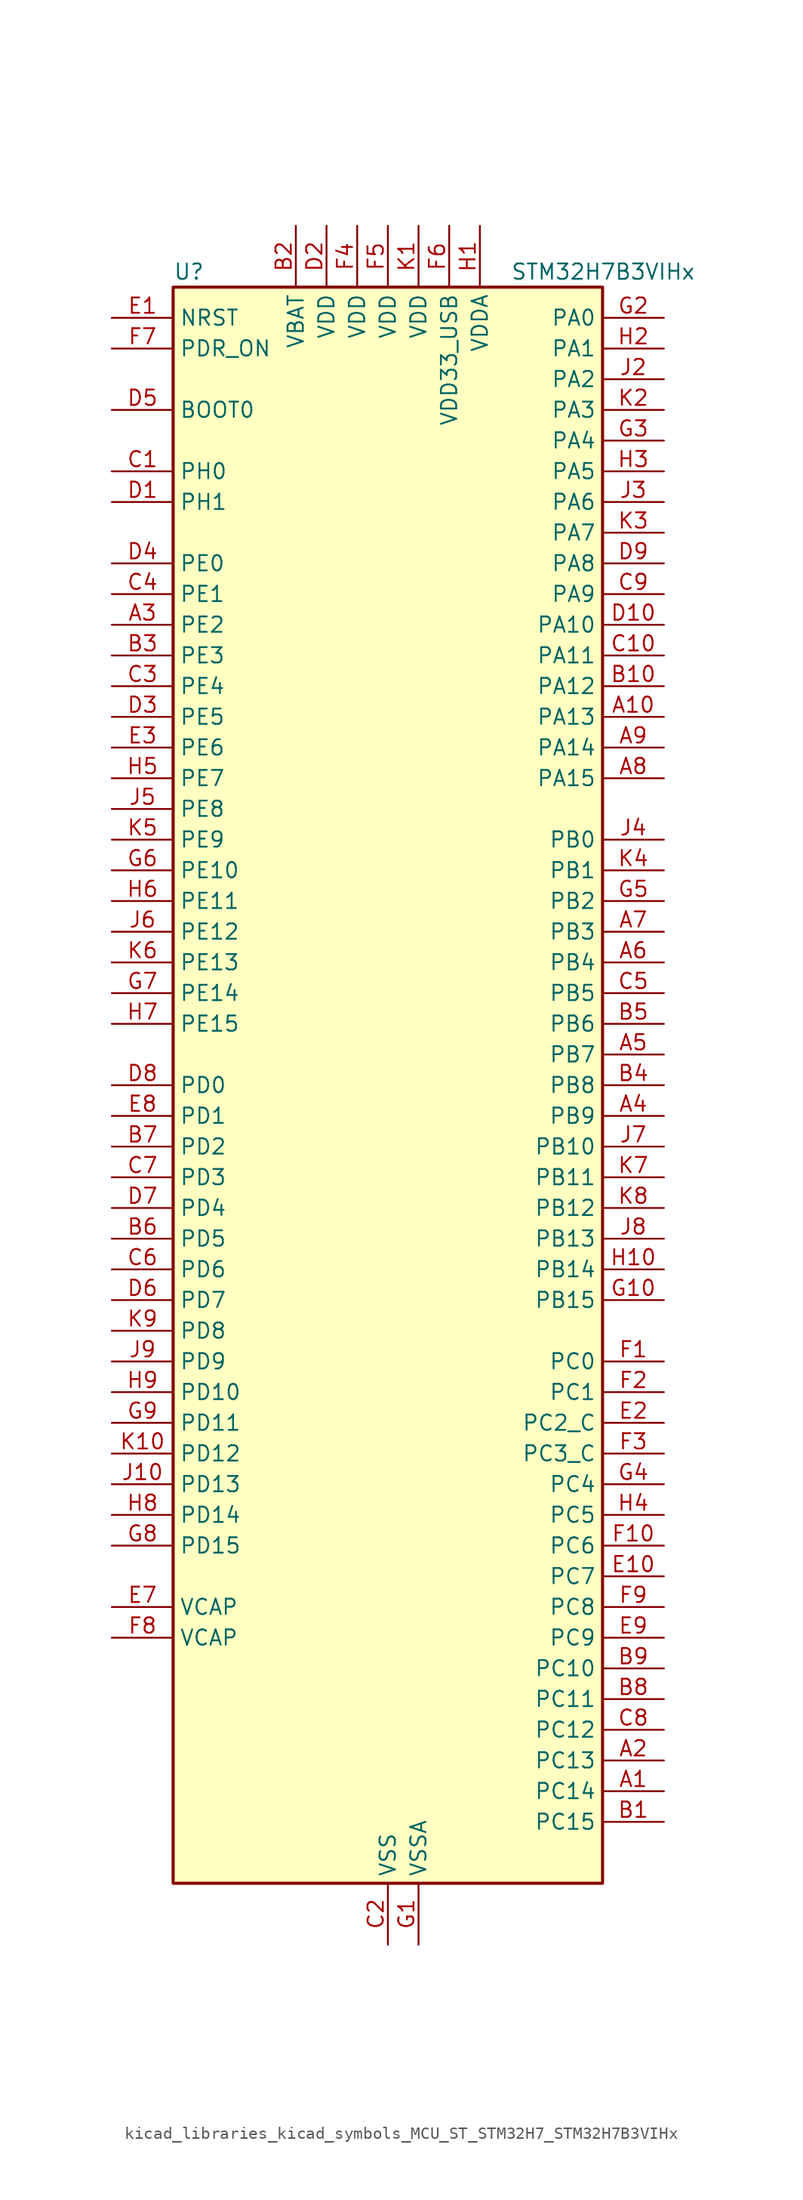
<source format=kicad_sym>
(kicad_symbol_lib
  (version 20220914)
  (generator kicad_symbol_editor)
  (symbol "kicad_libraries_kicad_symbols_MCU_ST_STM32H7_STM32H7B3VIHx"
    (property "Reference" "U"
      (at -17.78 67.31 0)
      (effects (font (size 1.27 1.27)) (justify left)))
    (property "Value" "STM32H7B3VIHx"
      (at 10.16 67.31 0)
      (effects (font (size 1.27 1.27)) (justify left)))
    (property "ki_locked" ""
      (at 0 0 0)
      (effects (font (size 1.27 1.27))))
    (symbol "kicad_libraries_kicad_symbols_MCU_ST_STM32H7_STM32H7B3VIHx_0_1"
      (rectangle (start -17.78 -66.04) (end 17.78 66.04) (stroke (width 0.254) (type default)) (fill (type background))))
    (symbol "kicad_libraries_kicad_symbols_MCU_ST_STM32H7_STM32H7B3VIHx_1_1"
      (pin bidirectional line (at 22.86 -58.42 180) (length 5.08) (name "PC14" (effects (font (size 1.27 1.27)))) (number "A1" (effects (font (size 1.27 1.27)))) (alternate "RCC_OSC32_IN" bidirectional line))
      (pin bidirectional line (at 22.86 30.48 180) (length 5.08) (name "PA13" (effects (font (size 1.27 1.27)))) (number "A10" (effects (font (size 1.27 1.27)))) (alternate "DEBUG_JTMS-SWDIO" bidirectional line))
      (pin bidirectional line (at 22.86 -55.88 180) (length 5.08) (name "PC13" (effects (font (size 1.27 1.27)))) (number "A2" (effects (font (size 1.27 1.27)))) (alternate "PWR_WKUP4" bidirectional line) (alternate "RTC_OUT_ALARM" bidirectional line) (alternate "RTC_OUT_CALIB" bidirectional line) (alternate "RTC_TAMP1" bidirectional line) (alternate "RTC_TS" bidirectional line))
      (pin bidirectional line (at -22.86 38.1 0) (length 5.08) (name "PE2" (effects (font (size 1.27 1.27)))) (number "A3" (effects (font (size 1.27 1.27)))) (alternate "DEBUG_TRACECLK" bidirectional line) (alternate "FMC_A23" bidirectional line) (alternate "OCTOSPIM_P1_IO2" bidirectional line) (alternate "SAI1_CK1" bidirectional line) (alternate "SAI1_MCLK_A" bidirectional line) (alternate "SPI4_SCK" bidirectional line) (alternate "USART10_RX" bidirectional line))
      (pin bidirectional line (at 22.86 -2.54 180) (length 5.08) (name "PB9" (effects (font (size 1.27 1.27)))) (number "A4" (effects (font (size 1.27 1.27)))) (alternate "DAC1_EXTI9" bidirectional line) (alternate "DCMI_D7" bidirectional line) (alternate "DFSDM1_DATIN7" bidirectional line) (alternate "FDCAN1_TX" bidirectional line) (alternate "I2C1_SDA" bidirectional line) (alternate "I2C4_SDA" bidirectional line) (alternate "I2C4_SMBA" bidirectional line) (alternate "I2S2_WS" bidirectional line) (alternate "LTDC_B7" bidirectional line) (alternate "PSSI_D7" bidirectional line) (alternate "SDMMC1_CDIR" bidirectional line) (alternate "SDMMC1_D5" bidirectional line) (alternate "SDMMC2_D5" bidirectional line) (alternate "SPI2_NSS" bidirectional line) (alternate "TIM17_CH1" bidirectional line) (alternate "TIM4_CH4" bidirectional line) (alternate "UART4_TX" bidirectional line))
      (pin bidirectional line (at 22.86 2.54 180) (length 5.08) (name "PB7" (effects (font (size 1.27 1.27)))) (number "A5" (effects (font (size 1.27 1.27)))) (alternate "DCMI_VSYNC" bidirectional line) (alternate "DFSDM1_CKIN5" bidirectional line) (alternate "FMC_NL" bidirectional line) (alternate "I2C1_SDA" bidirectional line) (alternate "I2C4_SDA" bidirectional line) (alternate "LPUART1_RX" bidirectional line) (alternate "PSSI_RDY" bidirectional line) (alternate "PWR_PVD_IN" bidirectional line) (alternate "TIM17_CH1N" bidirectional line) (alternate "TIM4_CH2" bidirectional line) (alternate "USART1_RX" bidirectional line))
      (pin bidirectional line (at 22.86 10.16 180) (length 5.08) (name "PB4" (effects (font (size 1.27 1.27)))) (number "A6" (effects (font (size 1.27 1.27)))) (alternate "DEBUG_JTRST" bidirectional line) (alternate "I2S1_SDI" bidirectional line) (alternate "I2S2_WS" bidirectional line) (alternate "I2S3_SDI" bidirectional line) (alternate "I2S6_SDI" bidirectional line) (alternate "SDMMC2_D3" bidirectional line) (alternate "SPI1_MISO" bidirectional line) (alternate "SPI2_NSS" bidirectional line) (alternate "SPI3_MISO" bidirectional line) (alternate "SPI6_MISO" bidirectional line) (alternate "TIM16_BKIN" bidirectional line) (alternate "TIM3_CH1" bidirectional line) (alternate "UART7_TX" bidirectional line))
      (pin bidirectional line (at 22.86 12.7 180) (length 5.08) (name "PB3" (effects (font (size 1.27 1.27)))) (number "A7" (effects (font (size 1.27 1.27)))) (alternate "CRS_SYNC" bidirectional line) (alternate "DEBUG_JTDO-SWO" bidirectional line) (alternate "I2S1_CK" bidirectional line) (alternate "I2S3_CK" bidirectional line) (alternate "I2S6_CK" bidirectional line) (alternate "SDMMC2_D2" bidirectional line) (alternate "SPI1_SCK" bidirectional line) (alternate "SPI3_SCK" bidirectional line) (alternate "SPI6_SCK" bidirectional line) (alternate "TIM2_CH2" bidirectional line) (alternate "UART7_RX" bidirectional line))
      (pin bidirectional line (at 22.86 25.4 180) (length 5.08) (name "PA15" (effects (font (size 1.27 1.27)))) (number "A8" (effects (font (size 1.27 1.27)))) (alternate "ADC1_EXTI15" bidirectional line) (alternate "ADC2_EXTI15" bidirectional line) (alternate "CEC" bidirectional line) (alternate "DEBUG_JTDI" bidirectional line) (alternate "I2S1_WS" bidirectional line) (alternate "I2S3_WS" bidirectional line) (alternate "I2S6_WS" bidirectional line) (alternate "LTDC_B6" bidirectional line) (alternate "LTDC_R3" bidirectional line) (alternate "SPI1_NSS" bidirectional line) (alternate "SPI3_NSS" bidirectional line) (alternate "SPI6_NSS" bidirectional line) (alternate "TIM2_CH1" bidirectional line) (alternate "TIM2_ETR" bidirectional line) (alternate "UART4_DE" bidirectional line) (alternate "UART4_RTS" bidirectional line) (alternate "UART7_TX" bidirectional line))
      (pin bidirectional line (at 22.86 27.94 180) (length 5.08) (name "PA14" (effects (font (size 1.27 1.27)))) (number "A9" (effects (font (size 1.27 1.27)))) (alternate "DEBUG_JTCK-SWCLK" bidirectional line))
      (pin bidirectional line (at 22.86 -60.96 180) (length 5.08) (name "PC15" (effects (font (size 1.27 1.27)))) (number "B1" (effects (font (size 1.27 1.27)))) (alternate "ADC1_EXTI15" bidirectional line) (alternate "ADC2_EXTI15" bidirectional line) (alternate "RCC_OSC32_OUT" bidirectional line))
      (pin bidirectional line (at 22.86 33.02 180) (length 5.08) (name "PA12" (effects (font (size 1.27 1.27)))) (number "B10" (effects (font (size 1.27 1.27)))) (alternate "FDCAN1_TX" bidirectional line) (alternate "I2S2_CK" bidirectional line) (alternate "LPUART1_DE" bidirectional line) (alternate "LPUART1_RTS" bidirectional line) (alternate "LTDC_R5" bidirectional line) (alternate "SAI2_FS_B" bidirectional line) (alternate "SPI2_SCK" bidirectional line) (alternate "TIM1_ETR" bidirectional line) (alternate "UART4_TX" bidirectional line) (alternate "USART1_DE" bidirectional line) (alternate "USART1_RTS" bidirectional line) (alternate "USB_OTG_HS_DP" bidirectional line))
      (pin power_in line (at -7.62 71.12 270) (length 5.08) (name "VBAT" (effects (font (size 1.27 1.27)))) (number "B2" (effects (font (size 1.27 1.27)))))
      (pin bidirectional line (at -22.86 35.56 0) (length 5.08) (name "PE3" (effects (font (size 1.27 1.27)))) (number "B3" (effects (font (size 1.27 1.27)))) (alternate "DEBUG_TRACED0" bidirectional line) (alternate "FMC_A19" bidirectional line) (alternate "SAI1_SD_B" bidirectional line) (alternate "TIM15_BKIN" bidirectional line) (alternate "USART10_TX" bidirectional line))
      (pin bidirectional line (at 22.86 0 180) (length 5.08) (name "PB8" (effects (font (size 1.27 1.27)))) (number "B4" (effects (font (size 1.27 1.27)))) (alternate "DCMI_D6" bidirectional line) (alternate "DFSDM1_CKIN7" bidirectional line) (alternate "FDCAN1_RX" bidirectional line) (alternate "I2C1_SCL" bidirectional line) (alternate "I2C4_SCL" bidirectional line) (alternate "LTDC_B6" bidirectional line) (alternate "PSSI_D6" bidirectional line) (alternate "SDMMC1_CKIN" bidirectional line) (alternate "SDMMC1_D4" bidirectional line) (alternate "SDMMC2_D4" bidirectional line) (alternate "TIM16_CH1" bidirectional line) (alternate "TIM4_CH3" bidirectional line) (alternate "UART4_RX" bidirectional line))
      (pin bidirectional line (at 22.86 5.08 180) (length 5.08) (name "PB6" (effects (font (size 1.27 1.27)))) (number "B5" (effects (font (size 1.27 1.27)))) (alternate "CEC" bidirectional line) (alternate "DCMI_D5" bidirectional line) (alternate "DFSDM1_DATIN5" bidirectional line) (alternate "FDCAN2_TX" bidirectional line) (alternate "FMC_SDNE1" bidirectional line) (alternate "I2C1_SCL" bidirectional line) (alternate "I2C4_SCL" bidirectional line) (alternate "LPUART1_TX" bidirectional line) (alternate "OCTOSPIM_P1_NCS" bidirectional line) (alternate "PSSI_D5" bidirectional line) (alternate "TIM16_CH1N" bidirectional line) (alternate "TIM4_CH1" bidirectional line) (alternate "UART5_TX" bidirectional line) (alternate "USART1_TX" bidirectional line))
      (pin bidirectional line (at -22.86 -12.7 0) (length 5.08) (name "PD5" (effects (font (size 1.27 1.27)))) (number "B6" (effects (font (size 1.27 1.27)))) (alternate "FMC_NWE" bidirectional line) (alternate "OCTOSPIM_P1_IO5" bidirectional line) (alternate "USART2_TX" bidirectional line))
      (pin bidirectional line (at -22.86 -5.08 0) (length 5.08) (name "PD2" (effects (font (size 1.27 1.27)))) (number "B7" (effects (font (size 1.27 1.27)))) (alternate "DCMI_D11" bidirectional line) (alternate "DEBUG_TRACED2" bidirectional line) (alternate "LTDC_B2" bidirectional line) (alternate "LTDC_B7" bidirectional line) (alternate "PSSI_D11" bidirectional line) (alternate "SDMMC1_CMD" bidirectional line) (alternate "TIM15_BKIN" bidirectional line) (alternate "TIM3_ETR" bidirectional line) (alternate "UART5_RX" bidirectional line))
      (pin bidirectional line (at 22.86 -50.8 180) (length 5.08) (name "PC11" (effects (font (size 1.27 1.27)))) (number "B8" (effects (font (size 1.27 1.27)))) (alternate "ADC1_EXTI11" bidirectional line) (alternate "ADC2_EXTI11" bidirectional line) (alternate "DCMI_D4" bidirectional line) (alternate "DFSDM1_DATIN5" bidirectional line) (alternate "DFSDM2_DATIN0" bidirectional line) (alternate "I2S3_SDI" bidirectional line) (alternate "LTDC_B4" bidirectional line) (alternate "OCTOSPIM_P1_NCS" bidirectional line) (alternate "PSSI_D4" bidirectional line) (alternate "SDMMC1_D3" bidirectional line) (alternate "SPI3_MISO" bidirectional line) (alternate "UART4_RX" bidirectional line) (alternate "USART3_RX" bidirectional line))
      (pin bidirectional line (at 22.86 -48.26 180) (length 5.08) (name "PC10" (effects (font (size 1.27 1.27)))) (number "B9" (effects (font (size 1.27 1.27)))) (alternate "DCMI_D8" bidirectional line) (alternate "DFSDM1_CKIN5" bidirectional line) (alternate "DFSDM2_CKIN0" bidirectional line) (alternate "I2S3_CK" bidirectional line) (alternate "LTDC_B1" bidirectional line) (alternate "LTDC_R2" bidirectional line) (alternate "OCTOSPIM_P1_IO1" bidirectional line) (alternate "PSSI_D8" bidirectional line) (alternate "SDMMC1_D2" bidirectional line) (alternate "SPI3_SCK" bidirectional line) (alternate "SWPMI1_RX" bidirectional line) (alternate "UART4_TX" bidirectional line) (alternate "USART3_TX" bidirectional line))
      (pin bidirectional line (at -22.86 50.8 0) (length 5.08) (name "PH0" (effects (font (size 1.27 1.27)))) (number "C1" (effects (font (size 1.27 1.27)))) (alternate "RCC_OSC_IN" bidirectional line))
      (pin bidirectional line (at 22.86 35.56 180) (length 5.08) (name "PA11" (effects (font (size 1.27 1.27)))) (number "C10" (effects (font (size 1.27 1.27)))) (alternate "ADC1_EXTI11" bidirectional line) (alternate "ADC2_EXTI11" bidirectional line) (alternate "FDCAN1_RX" bidirectional line) (alternate "I2S2_WS" bidirectional line) (alternate "LPUART1_CTS" bidirectional line) (alternate "LTDC_R4" bidirectional line) (alternate "SPI2_NSS" bidirectional line) (alternate "TIM1_CH4" bidirectional line) (alternate "UART4_RX" bidirectional line) (alternate "USART1_CTS" bidirectional line) (alternate "USART1_NSS" bidirectional line) (alternate "USB_OTG_HS_DM" bidirectional line))
      (pin power_in line (at 0 -71.12 90) (length 5.08) (name "VSS" (effects (font (size 1.27 1.27)))) (number "C2" (effects (font (size 1.27 1.27)))))
      (pin bidirectional line (at -22.86 33.02 0) (length 5.08) (name "PE4" (effects (font (size 1.27 1.27)))) (number "C3" (effects (font (size 1.27 1.27)))) (alternate "DCMI_D4" bidirectional line) (alternate "DEBUG_TRACED1" bidirectional line) (alternate "DFSDM1_DATIN3" bidirectional line) (alternate "FMC_A20" bidirectional line) (alternate "LTDC_B0" bidirectional line) (alternate "PSSI_D4" bidirectional line) (alternate "SAI1_D2" bidirectional line) (alternate "SAI1_FS_A" bidirectional line) (alternate "SPI4_NSS" bidirectional line) (alternate "TIM15_CH1N" bidirectional line))
      (pin bidirectional line (at -22.86 40.64 0) (length 5.08) (name "PE1" (effects (font (size 1.27 1.27)))) (number "C4" (effects (font (size 1.27 1.27)))) (alternate "DCMI_D3" bidirectional line) (alternate "FMC_NBL1" bidirectional line) (alternate "LPTIM1_IN2" bidirectional line) (alternate "LTDC_R6" bidirectional line) (alternate "PSSI_D3" bidirectional line) (alternate "UART8_TX" bidirectional line))
      (pin bidirectional line (at 22.86 7.62 180) (length 5.08) (name "PB5" (effects (font (size 1.27 1.27)))) (number "C5" (effects (font (size 1.27 1.27)))) (alternate "DCMI_D10" bidirectional line) (alternate "FDCAN2_RX" bidirectional line) (alternate "FMC_SDCKE1" bidirectional line) (alternate "I2C1_SMBA" bidirectional line) (alternate "I2C4_SMBA" bidirectional line) (alternate "I2S1_SDO" bidirectional line) (alternate "I2S3_SDO" bidirectional line) (alternate "I2S6_SDO" bidirectional line) (alternate "LTDC_B5" bidirectional line) (alternate "PSSI_D10" bidirectional line) (alternate "SPI1_MOSI" bidirectional line) (alternate "SPI3_MOSI" bidirectional line) (alternate "SPI6_MOSI" bidirectional line) (alternate "TIM17_BKIN" bidirectional line) (alternate "TIM3_CH2" bidirectional line) (alternate "UART5_RX" bidirectional line) (alternate "USB_OTG_HS_ULPI_D7" bidirectional line))
      (pin bidirectional line (at -22.86 -15.24 0) (length 5.08) (name "PD6" (effects (font (size 1.27 1.27)))) (number "C6" (effects (font (size 1.27 1.27)))) (alternate "DCMI_D10" bidirectional line) (alternate "DFSDM1_CKIN4" bidirectional line) (alternate "DFSDM1_DATIN1" bidirectional line) (alternate "FMC_NWAIT" bidirectional line) (alternate "I2S3_SDO" bidirectional line) (alternate "LTDC_B2" bidirectional line) (alternate "OCTOSPIM_P1_IO6" bidirectional line) (alternate "PSSI_D10" bidirectional line) (alternate "SAI1_D1" bidirectional line) (alternate "SAI1_SD_A" bidirectional line) (alternate "SDMMC2_CK" bidirectional line) (alternate "SPI3_MOSI" bidirectional line) (alternate "USART2_RX" bidirectional line))
      (pin bidirectional line (at -22.86 -7.62 0) (length 5.08) (name "PD3" (effects (font (size 1.27 1.27)))) (number "C7" (effects (font (size 1.27 1.27)))) (alternate "DCMI_D5" bidirectional line) (alternate "DFSDM1_CKOUT" bidirectional line) (alternate "FMC_CLK" bidirectional line) (alternate "I2S2_CK" bidirectional line) (alternate "LTDC_G7" bidirectional line) (alternate "PSSI_D5" bidirectional line) (alternate "SPI2_SCK" bidirectional line) (alternate "USART2_CTS" bidirectional line) (alternate "USART2_NSS" bidirectional line))
      (pin bidirectional line (at 22.86 -53.34 180) (length 5.08) (name "PC12" (effects (font (size 1.27 1.27)))) (number "C8" (effects (font (size 1.27 1.27)))) (alternate "DCMI_D9" bidirectional line) (alternate "DEBUG_TRACED3" bidirectional line) (alternate "DFSDM2_CKOUT" bidirectional line) (alternate "I2S3_SDO" bidirectional line) (alternate "I2S6_CK" bidirectional line) (alternate "LTDC_R6" bidirectional line) (alternate "PSSI_D9" bidirectional line) (alternate "SDMMC1_CK" bidirectional line) (alternate "SPI3_MOSI" bidirectional line) (alternate "SPI6_SCK" bidirectional line) (alternate "TIM15_CH1" bidirectional line) (alternate "UART5_TX" bidirectional line) (alternate "USART3_CK" bidirectional line))
      (pin bidirectional line (at 22.86 40.64 180) (length 5.08) (name "PA9" (effects (font (size 1.27 1.27)))) (number "C9" (effects (font (size 1.27 1.27)))) (alternate "DAC1_EXTI9" bidirectional line) (alternate "DCMI_D0" bidirectional line) (alternate "I2C3_SMBA" bidirectional line) (alternate "I2S2_CK" bidirectional line) (alternate "LPUART1_TX" bidirectional line) (alternate "LTDC_R5" bidirectional line) (alternate "PSSI_D0" bidirectional line) (alternate "SPI2_SCK" bidirectional line) (alternate "TIM1_CH2" bidirectional line) (alternate "USART1_TX" bidirectional line) (alternate "USB_OTG_HS_VBUS" bidirectional line))
      (pin bidirectional line (at -22.86 48.26 0) (length 5.08) (name "PH1" (effects (font (size 1.27 1.27)))) (number "D1" (effects (font (size 1.27 1.27)))) (alternate "RCC_OSC_OUT" bidirectional line))
      (pin bidirectional line (at 22.86 38.1 180) (length 5.08) (name "PA10" (effects (font (size 1.27 1.27)))) (number "D10" (effects (font (size 1.27 1.27)))) (alternate "DCMI_D1" bidirectional line) (alternate "LPUART1_RX" bidirectional line) (alternate "LTDC_B1" bidirectional line) (alternate "LTDC_B4" bidirectional line) (alternate "MDIOS_MDIO" bidirectional line) (alternate "PSSI_D1" bidirectional line) (alternate "TIM1_CH3" bidirectional line) (alternate "USART1_RX" bidirectional line) (alternate "USB_OTG_HS_ID" bidirectional line))
      (pin power_in line (at -5.08 71.12 270) (length 5.08) (name "VDD" (effects (font (size 1.27 1.27)))) (number "D2" (effects (font (size 1.27 1.27)))))
      (pin bidirectional line (at -22.86 30.48 0) (length 5.08) (name "PE5" (effects (font (size 1.27 1.27)))) (number "D3" (effects (font (size 1.27 1.27)))) (alternate "DCMI_D6" bidirectional line) (alternate "DEBUG_TRACED2" bidirectional line) (alternate "DFSDM1_CKIN3" bidirectional line) (alternate "FMC_A21" bidirectional line) (alternate "LTDC_G0" bidirectional line) (alternate "PSSI_D6" bidirectional line) (alternate "SAI1_CK2" bidirectional line) (alternate "SAI1_SCK_A" bidirectional line) (alternate "SPI4_MISO" bidirectional line) (alternate "TIM15_CH1" bidirectional line))
      (pin bidirectional line (at -22.86 43.18 0) (length 5.08) (name "PE0" (effects (font (size 1.27 1.27)))) (number "D4" (effects (font (size 1.27 1.27)))) (alternate "DCMI_D2" bidirectional line) (alternate "FMC_NBL0" bidirectional line) (alternate "LPTIM1_ETR" bidirectional line) (alternate "LPTIM2_ETR" bidirectional line) (alternate "LTDC_R0" bidirectional line) (alternate "PSSI_D2" bidirectional line) (alternate "SAI2_MCLK_A" bidirectional line) (alternate "TIM4_ETR" bidirectional line) (alternate "UART8_RX" bidirectional line))
      (pin input line (at -22.86 55.88 0) (length 5.08) (name "BOOT0" (effects (font (size 1.27 1.27)))) (number "D5" (effects (font (size 1.27 1.27)))))
      (pin bidirectional line (at -22.86 -17.78 0) (length 5.08) (name "PD7" (effects (font (size 1.27 1.27)))) (number "D6" (effects (font (size 1.27 1.27)))) (alternate "DFSDM1_CKIN1" bidirectional line) (alternate "DFSDM1_DATIN4" bidirectional line) (alternate "FMC_NE1" bidirectional line) (alternate "I2S1_SDO" bidirectional line) (alternate "OCTOSPIM_P1_IO7" bidirectional line) (alternate "SDMMC2_CMD" bidirectional line) (alternate "SPDIFRX_IN0" bidirectional line) (alternate "SPI1_MOSI" bidirectional line) (alternate "USART2_CK" bidirectional line))
      (pin bidirectional line (at -22.86 -10.16 0) (length 5.08) (name "PD4" (effects (font (size 1.27 1.27)))) (number "D7" (effects (font (size 1.27 1.27)))) (alternate "FMC_NOE" bidirectional line) (alternate "OCTOSPIM_P1_IO4" bidirectional line) (alternate "USART2_DE" bidirectional line) (alternate "USART2_RTS" bidirectional line))
      (pin bidirectional line (at -22.86 0 0) (length 5.08) (name "PD0" (effects (font (size 1.27 1.27)))) (number "D8" (effects (font (size 1.27 1.27)))) (alternate "DFSDM1_CKIN6" bidirectional line) (alternate "FDCAN1_RX" bidirectional line) (alternate "FMC_D2" bidirectional line) (alternate "FMC_DA2" bidirectional line) (alternate "LTDC_B1" bidirectional line) (alternate "UART4_RX" bidirectional line) (alternate "UART9_CTS" bidirectional line))
      (pin bidirectional line (at 22.86 43.18 180) (length 5.08) (name "PA8" (effects (font (size 1.27 1.27)))) (number "D9" (effects (font (size 1.27 1.27)))) (alternate "I2C3_SCL" bidirectional line) (alternate "LTDC_B3" bidirectional line) (alternate "LTDC_R6" bidirectional line) (alternate "RCC_MCO_1" bidirectional line) (alternate "TIM1_CH1" bidirectional line) (alternate "TIM8_BKIN2" bidirectional line) (alternate "TIM8_BKIN2_COMP1" bidirectional line) (alternate "TIM8_BKIN2_COMP2" bidirectional line) (alternate "UART7_RX" bidirectional line) (alternate "USART1_CK" bidirectional line) (alternate "USB_OTG_HS_SOF" bidirectional line))
      (pin input line (at -22.86 63.5 0) (length 5.08) (name "NRST" (effects (font (size 1.27 1.27)))) (number "E1" (effects (font (size 1.27 1.27)))))
      (pin bidirectional line (at 22.86 -40.64 180) (length 5.08) (name "PC7" (effects (font (size 1.27 1.27)))) (number "E10" (effects (font (size 1.27 1.27)))) (alternate "DCMI_D1" bidirectional line) (alternate "DEBUG_TRGIO" bidirectional line) (alternate "DFSDM1_DATIN3" bidirectional line) (alternate "FMC_NE1" bidirectional line) (alternate "I2S3_MCK" bidirectional line) (alternate "LTDC_G6" bidirectional line) (alternate "PSSI_D1" bidirectional line) (alternate "SDMMC1_D123DIR" bidirectional line) (alternate "SDMMC1_D7" bidirectional line) (alternate "SDMMC2_D7" bidirectional line) (alternate "SWPMI1_TX" bidirectional line) (alternate "TIM3_CH2" bidirectional line) (alternate "TIM8_CH2" bidirectional line) (alternate "USART6_RX" bidirectional line))
      (pin bidirectional line (at 22.86 -27.94 180) (length 5.08) (name "PC2_C" (effects (font (size 1.27 1.27)))) (number "E2" (effects (font (size 1.27 1.27)))) (alternate "ADC2_INN1" bidirectional line) (alternate "ADC2_INP0" bidirectional line) (alternate "DFSDM1_CKIN1" bidirectional line) (alternate "DFSDM1_CKOUT" bidirectional line) (alternate "FMC_SDNE0" bidirectional line) (alternate "I2S2_SDI" bidirectional line) (alternate "OCTOSPIM_P1_IO2" bidirectional line) (alternate "OCTOSPIM_P1_IO5" bidirectional line) (alternate "PWR_CSTOP" bidirectional line) (alternate "SPI2_MISO" bidirectional line) (alternate "USB_OTG_HS_ULPI_DIR" bidirectional line))
      (pin bidirectional line (at -22.86 27.94 0) (length 5.08) (name "PE6" (effects (font (size 1.27 1.27)))) (number "E3" (effects (font (size 1.27 1.27)))) (alternate "DCMI_D7" bidirectional line) (alternate "DEBUG_TRACED3" bidirectional line) (alternate "FMC_A22" bidirectional line) (alternate "LTDC_G1" bidirectional line) (alternate "PSSI_D7" bidirectional line) (alternate "SAI1_D1" bidirectional line) (alternate "SAI1_SD_A" bidirectional line) (alternate "SAI2_MCLK_B" bidirectional line) (alternate "SPI4_MOSI" bidirectional line) (alternate "TIM15_CH2" bidirectional line) (alternate "TIM1_BKIN2" bidirectional line) (alternate "TIM1_BKIN2_COMP1" bidirectional line) (alternate "TIM1_BKIN2_COMP2" bidirectional line))
      (pin passive line (at 0 -71.12 90) (length 5.08) hide (name "VSS" (effects (font (size 1.27 1.27)))) (number "E4" (effects (font (size 1.27 1.27)))))
      (pin passive line (at 0 -71.12 90) (length 5.08) hide (name "VSS" (effects (font (size 1.27 1.27)))) (number "E5" (effects (font (size 1.27 1.27)))))
      (pin passive line (at 0 -71.12 90) (length 5.08) hide (name "VSS" (effects (font (size 1.27 1.27)))) (number "E6" (effects (font (size 1.27 1.27)))))
      (pin power_out line (at -22.86 -43.18 0) (length 5.08) (name "VCAP" (effects (font (size 1.27 1.27)))) (number "E7" (effects (font (size 1.27 1.27)))))
      (pin bidirectional line (at -22.86 -2.54 0) (length 5.08) (name "PD1" (effects (font (size 1.27 1.27)))) (number "E8" (effects (font (size 1.27 1.27)))) (alternate "DFSDM1_DATIN6" bidirectional line) (alternate "FDCAN1_TX" bidirectional line) (alternate "FMC_D3" bidirectional line) (alternate "FMC_DA3" bidirectional line) (alternate "UART4_TX" bidirectional line))
      (pin bidirectional line (at 22.86 -45.72 180) (length 5.08) (name "PC9" (effects (font (size 1.27 1.27)))) (number "E9" (effects (font (size 1.27 1.27)))) (alternate "DAC1_EXTI9" bidirectional line) (alternate "DCMI_D3" bidirectional line) (alternate "I2C3_SDA" bidirectional line) (alternate "I2S_CKIN" bidirectional line) (alternate "LTDC_B2" bidirectional line) (alternate "LTDC_G3" bidirectional line) (alternate "OCTOSPIM_P1_IO0" bidirectional line) (alternate "PSSI_D3" bidirectional line) (alternate "RCC_MCO_2" bidirectional line) (alternate "SDMMC1_D1" bidirectional line) (alternate "SWPMI1_SUSPEND" bidirectional line) (alternate "TIM3_CH4" bidirectional line) (alternate "TIM8_CH4" bidirectional line) (alternate "UART5_CTS" bidirectional line))
      (pin bidirectional line (at 22.86 -22.86 180) (length 5.08) (name "PC0" (effects (font (size 1.27 1.27)))) (number "F1" (effects (font (size 1.27 1.27)))) (alternate "ADC1_INP10" bidirectional line) (alternate "ADC2_INP10" bidirectional line) (alternate "DFSDM1_CKIN0" bidirectional line) (alternate "DFSDM1_DATIN4" bidirectional line) (alternate "FMC_A25" bidirectional line) (alternate "FMC_SDNWE" bidirectional line) (alternate "LTDC_G2" bidirectional line) (alternate "LTDC_R5" bidirectional line) (alternate "SAI2_FS_B" bidirectional line) (alternate "USB_OTG_HS_ULPI_STP" bidirectional line))
      (pin bidirectional line (at 22.86 -38.1 180) (length 5.08) (name "PC6" (effects (font (size 1.27 1.27)))) (number "F10" (effects (font (size 1.27 1.27)))) (alternate "DCMI_D0" bidirectional line) (alternate "DFSDM1_CKIN3" bidirectional line) (alternate "FMC_NWAIT" bidirectional line) (alternate "I2S2_MCK" bidirectional line) (alternate "LTDC_HSYNC" bidirectional line) (alternate "PSSI_D0" bidirectional line) (alternate "SDMMC1_D0DIR" bidirectional line) (alternate "SDMMC1_D6" bidirectional line) (alternate "SDMMC2_D6" bidirectional line) (alternate "SWPMI1_IO" bidirectional line) (alternate "TIM3_CH1" bidirectional line) (alternate "TIM8_CH1" bidirectional line) (alternate "USART6_TX" bidirectional line))
      (pin bidirectional line (at 22.86 -25.4 180) (length 5.08) (name "PC1" (effects (font (size 1.27 1.27)))) (number "F2" (effects (font (size 1.27 1.27)))) (alternate "ADC1_INN10" bidirectional line) (alternate "ADC1_INP11" bidirectional line) (alternate "ADC2_INN10" bidirectional line) (alternate "ADC2_INP11" bidirectional line) (alternate "DEBUG_TRACED0" bidirectional line) (alternate "DFSDM1_CKIN4" bidirectional line) (alternate "DFSDM1_DATIN0" bidirectional line) (alternate "I2S2_SDO" bidirectional line) (alternate "LTDC_G5" bidirectional line) (alternate "MDIOS_MDC" bidirectional line) (alternate "OCTOSPIM_P1_IO4" bidirectional line) (alternate "PWR_WKUP6" bidirectional line) (alternate "RTC_TAMP3" bidirectional line) (alternate "SAI1_D1" bidirectional line) (alternate "SAI1_SD_A" bidirectional line) (alternate "SDMMC2_CK" bidirectional line) (alternate "SPI2_MOSI" bidirectional line))
      (pin bidirectional line (at 22.86 -30.48 180) (length 5.08) (name "PC3_C" (effects (font (size 1.27 1.27)))) (number "F3" (effects (font (size 1.27 1.27)))) (alternate "ADC2_INP1" bidirectional line) (alternate "DFSDM1_DATIN1" bidirectional line) (alternate "FMC_SDCKE0" bidirectional line) (alternate "I2S2_SDO" bidirectional line) (alternate "OCTOSPIM_P1_IO0" bidirectional line) (alternate "OCTOSPIM_P1_IO6" bidirectional line) (alternate "PWR_CSLEEP" bidirectional line) (alternate "SPI2_MOSI" bidirectional line) (alternate "USB_OTG_HS_ULPI_NXT" bidirectional line))
      (pin power_in line (at -2.54 71.12 270) (length 5.08) (name "VDD" (effects (font (size 1.27 1.27)))) (number "F4" (effects (font (size 1.27 1.27)))))
      (pin power_in line (at 0 71.12 270) (length 5.08) (name "VDD" (effects (font (size 1.27 1.27)))) (number "F5" (effects (font (size 1.27 1.27)))))
      (pin power_in line (at 5.08 71.12 270) (length 5.08) (name "VDD33_USB" (effects (font (size 1.27 1.27)))) (number "F6" (effects (font (size 1.27 1.27)))))
      (pin input line (at -22.86 60.96 0) (length 5.08) (name "PDR_ON" (effects (font (size 1.27 1.27)))) (number "F7" (effects (font (size 1.27 1.27)))))
      (pin power_out line (at -22.86 -45.72 0) (length 5.08) (name "VCAP" (effects (font (size 1.27 1.27)))) (number "F8" (effects (font (size 1.27 1.27)))))
      (pin bidirectional line (at 22.86 -43.18 180) (length 5.08) (name "PC8" (effects (font (size 1.27 1.27)))) (number "F9" (effects (font (size 1.27 1.27)))) (alternate "DCMI_D2" bidirectional line) (alternate "DEBUG_TRACED1" bidirectional line) (alternate "FMC_INT" bidirectional line) (alternate "FMC_NCE" bidirectional line) (alternate "FMC_NE2" bidirectional line) (alternate "PSSI_D2" bidirectional line) (alternate "SDMMC1_D0" bidirectional line) (alternate "SWPMI1_RX" bidirectional line) (alternate "TIM3_CH3" bidirectional line) (alternate "TIM8_CH3" bidirectional line) (alternate "UART5_DE" bidirectional line) (alternate "UART5_RTS" bidirectional line) (alternate "USART6_CK" bidirectional line))
      (pin power_in line (at 2.54 -71.12 90) (length 5.08) (name "VSSA" (effects (font (size 1.27 1.27)))) (number "G1" (effects (font (size 1.27 1.27)))))
      (pin bidirectional line (at 22.86 -17.78 180) (length 5.08) (name "PB15" (effects (font (size 1.27 1.27)))) (number "G10" (effects (font (size 1.27 1.27)))) (alternate "ADC1_EXTI15" bidirectional line) (alternate "ADC2_EXTI15" bidirectional line) (alternate "DFSDM1_CKIN2" bidirectional line) (alternate "I2S2_SDO" bidirectional line) (alternate "LTDC_G7" bidirectional line) (alternate "RTC_REFIN" bidirectional line) (alternate "SDMMC2_D1" bidirectional line) (alternate "SPI2_MOSI" bidirectional line) (alternate "TIM12_CH2" bidirectional line) (alternate "TIM1_CH3N" bidirectional line) (alternate "TIM8_CH3N" bidirectional line) (alternate "UART4_CTS" bidirectional line) (alternate "USART1_RX" bidirectional line))
      (pin bidirectional line (at 22.86 63.5 180) (length 5.08) (name "PA0" (effects (font (size 1.27 1.27)))) (number "G2" (effects (font (size 1.27 1.27)))) (alternate "ADC1_INP16" bidirectional line) (alternate "I2S6_WS" bidirectional line) (alternate "PWR_WKUP1" bidirectional line) (alternate "SAI2_SD_B" bidirectional line) (alternate "SDMMC2_CMD" bidirectional line) (alternate "SPI6_NSS" bidirectional line) (alternate "TIM15_BKIN" bidirectional line) (alternate "TIM2_CH1" bidirectional line) (alternate "TIM2_ETR" bidirectional line) (alternate "TIM5_CH1" bidirectional line) (alternate "TIM8_ETR" bidirectional line) (alternate "UART4_TX" bidirectional line) (alternate "USART2_CTS" bidirectional line) (alternate "USART2_NSS" bidirectional line))
      (pin bidirectional line (at 22.86 53.34 180) (length 5.08) (name "PA4" (effects (font (size 1.27 1.27)))) (number "G3" (effects (font (size 1.27 1.27)))) (alternate "ADC1_INP18" bidirectional line) (alternate "DAC1_OUT1" bidirectional line) (alternate "DCMI_HSYNC" bidirectional line) (alternate "I2S1_WS" bidirectional line) (alternate "I2S3_WS" bidirectional line) (alternate "I2S6_WS" bidirectional line) (alternate "LTDC_VSYNC" bidirectional line) (alternate "PSSI_DE" bidirectional line) (alternate "SPI1_NSS" bidirectional line) (alternate "SPI3_NSS" bidirectional line) (alternate "SPI6_NSS" bidirectional line) (alternate "TIM5_ETR" bidirectional line) (alternate "USART2_CK" bidirectional line))
      (pin bidirectional line (at 22.86 -33.02 180) (length 5.08) (name "PC4" (effects (font (size 1.27 1.27)))) (number "G4" (effects (font (size 1.27 1.27)))) (alternate "ADC1_INP4" bidirectional line) (alternate "ADC2_INP4" bidirectional line) (alternate "COMP1_INM" bidirectional line) (alternate "DFSDM1_CKIN2" bidirectional line) (alternate "FMC_SDNE0" bidirectional line) (alternate "I2S1_MCK" bidirectional line) (alternate "LTDC_R7" bidirectional line) (alternate "OPAMP1_VOUT" bidirectional line) (alternate "SPDIFRX_IN2" bidirectional line))
      (pin bidirectional line (at 22.86 15.24 180) (length 5.08) (name "PB2" (effects (font (size 1.27 1.27)))) (number "G5" (effects (font (size 1.27 1.27)))) (alternate "COMP1_INP" bidirectional line) (alternate "DFSDM1_CKIN1" bidirectional line) (alternate "I2S3_SDO" bidirectional line) (alternate "OCTOSPIM_P1_CLK" bidirectional line) (alternate "OCTOSPIM_P1_DQS" bidirectional line) (alternate "RTC_OUT_ALARM" bidirectional line) (alternate "RTC_OUT_CALIB" bidirectional line) (alternate "SAI1_D1" bidirectional line) (alternate "SAI1_SD_A" bidirectional line) (alternate "SPI3_MOSI" bidirectional line))
      (pin bidirectional line (at -22.86 17.78 0) (length 5.08) (name "PE10" (effects (font (size 1.27 1.27)))) (number "G6" (effects (font (size 1.27 1.27)))) (alternate "COMP2_INM" bidirectional line) (alternate "DFSDM1_DATIN4" bidirectional line) (alternate "FMC_D7" bidirectional line) (alternate "FMC_DA7" bidirectional line) (alternate "OCTOSPIM_P1_IO7" bidirectional line) (alternate "TIM1_CH2N" bidirectional line) (alternate "UART7_CTS" bidirectional line))
      (pin bidirectional line (at -22.86 7.62 0) (length 5.08) (name "PE14" (effects (font (size 1.27 1.27)))) (number "G7" (effects (font (size 1.27 1.27)))) (alternate "FMC_D11" bidirectional line) (alternate "FMC_DA11" bidirectional line) (alternate "LTDC_CLK" bidirectional line) (alternate "SAI2_MCLK_B" bidirectional line) (alternate "SPI4_MOSI" bidirectional line) (alternate "TIM1_CH4" bidirectional line))
      (pin bidirectional line (at -22.86 -38.1 0) (length 5.08) (name "PD15" (effects (font (size 1.27 1.27)))) (number "G8" (effects (font (size 1.27 1.27)))) (alternate "ADC1_EXTI15" bidirectional line) (alternate "ADC2_EXTI15" bidirectional line) (alternate "FMC_D1" bidirectional line) (alternate "FMC_DA1" bidirectional line) (alternate "TIM4_CH4" bidirectional line) (alternate "UART8_DE" bidirectional line) (alternate "UART8_RTS" bidirectional line) (alternate "UART9_TX" bidirectional line))
      (pin bidirectional line (at -22.86 -27.94 0) (length 5.08) (name "PD11" (effects (font (size 1.27 1.27)))) (number "G9" (effects (font (size 1.27 1.27)))) (alternate "ADC1_EXTI11" bidirectional line) (alternate "ADC2_EXTI11" bidirectional line) (alternate "FMC_A16" bidirectional line) (alternate "FMC_CLE" bidirectional line) (alternate "I2C4_SMBA" bidirectional line) (alternate "LPTIM2_IN2" bidirectional line) (alternate "OCTOSPIM_P1_IO0" bidirectional line) (alternate "SAI2_SD_A" bidirectional line) (alternate "USART3_CTS" bidirectional line) (alternate "USART3_NSS" bidirectional line))
      (pin power_in line (at 7.62 71.12 270) (length 5.08) (name "VDDA" (effects (font (size 1.27 1.27)))) (number "H1" (effects (font (size 1.27 1.27)))))
      (pin bidirectional line (at 22.86 -15.24 180) (length 5.08) (name "PB14" (effects (font (size 1.27 1.27)))) (number "H10" (effects (font (size 1.27 1.27)))) (alternate "DFSDM1_DATIN2" bidirectional line) (alternate "I2S2_SDI" bidirectional line) (alternate "LTDC_CLK" bidirectional line) (alternate "SDMMC2_D0" bidirectional line) (alternate "SPI2_MISO" bidirectional line) (alternate "TIM12_CH1" bidirectional line) (alternate "TIM1_CH2N" bidirectional line) (alternate "TIM8_CH2N" bidirectional line) (alternate "UART4_DE" bidirectional line) (alternate "UART4_RTS" bidirectional line) (alternate "USART1_TX" bidirectional line) (alternate "USART3_DE" bidirectional line) (alternate "USART3_RTS" bidirectional line))
      (pin bidirectional line (at 22.86 60.96 180) (length 5.08) (name "PA1" (effects (font (size 1.27 1.27)))) (number "H2" (effects (font (size 1.27 1.27)))) (alternate "ADC1_INN16" bidirectional line) (alternate "ADC1_INP17" bidirectional line) (alternate "LPTIM3_OUT" bidirectional line) (alternate "LTDC_R2" bidirectional line) (alternate "OCTOSPIM_P1_DQS" bidirectional line) (alternate "OCTOSPIM_P1_IO3" bidirectional line) (alternate "SAI2_MCLK_B" bidirectional line) (alternate "TIM15_CH1N" bidirectional line) (alternate "TIM2_CH2" bidirectional line) (alternate "TIM5_CH2" bidirectional line) (alternate "UART4_RX" bidirectional line) (alternate "USART2_DE" bidirectional line) (alternate "USART2_RTS" bidirectional line))
      (pin bidirectional line (at 22.86 50.8 180) (length 5.08) (name "PA5" (effects (font (size 1.27 1.27)))) (number "H3" (effects (font (size 1.27 1.27)))) (alternate "ADC1_INN18" bidirectional line) (alternate "ADC1_INP19" bidirectional line) (alternate "DAC1_OUT2" bidirectional line) (alternate "I2S1_CK" bidirectional line) (alternate "I2S6_CK" bidirectional line) (alternate "LTDC_R4" bidirectional line) (alternate "PSSI_D14" bidirectional line) (alternate "PWR_NDSTOP2" bidirectional line) (alternate "SPI1_SCK" bidirectional line) (alternate "SPI6_SCK" bidirectional line) (alternate "TIM2_CH1" bidirectional line) (alternate "TIM2_ETR" bidirectional line) (alternate "TIM8_CH1N" bidirectional line) (alternate "USB_OTG_HS_ULPI_CK" bidirectional line))
      (pin bidirectional line (at 22.86 -35.56 180) (length 5.08) (name "PC5" (effects (font (size 1.27 1.27)))) (number "H4" (effects (font (size 1.27 1.27)))) (alternate "ADC1_INN4" bidirectional line) (alternate "ADC1_INP8" bidirectional line) (alternate "ADC2_INN4" bidirectional line) (alternate "ADC2_INP8" bidirectional line) (alternate "COMP1_OUT" bidirectional line) (alternate "DFSDM1_DATIN2" bidirectional line) (alternate "FMC_SDCKE0" bidirectional line) (alternate "LTDC_DE" bidirectional line) (alternate "OCTOSPIM_P1_DQS" bidirectional line) (alternate "OPAMP1_VINM" bidirectional line) (alternate "PSSI_D15" bidirectional line) (alternate "SAI1_D3" bidirectional line) (alternate "SPDIFRX_IN3" bidirectional line))
      (pin bidirectional line (at -22.86 25.4 0) (length 5.08) (name "PE7" (effects (font (size 1.27 1.27)))) (number "H5" (effects (font (size 1.27 1.27)))) (alternate "COMP2_INM" bidirectional line) (alternate "DFSDM1_DATIN2" bidirectional line) (alternate "FMC_D4" bidirectional line) (alternate "FMC_DA4" bidirectional line) (alternate "OCTOSPIM_P1_IO4" bidirectional line) (alternate "OPAMP2_VOUT" bidirectional line) (alternate "TIM1_ETR" bidirectional line) (alternate "UART7_RX" bidirectional line))
      (pin bidirectional line (at -22.86 15.24 0) (length 5.08) (name "PE11" (effects (font (size 1.27 1.27)))) (number "H6" (effects (font (size 1.27 1.27)))) (alternate "ADC1_EXTI11" bidirectional line) (alternate "ADC2_EXTI11" bidirectional line) (alternate "COMP2_INP" bidirectional line) (alternate "DFSDM1_CKIN4" bidirectional line) (alternate "FMC_D8" bidirectional line) (alternate "FMC_DA8" bidirectional line) (alternate "LTDC_G3" bidirectional line) (alternate "OCTOSPIM_P1_NCS" bidirectional line) (alternate "SAI2_SD_B" bidirectional line) (alternate "SPI4_NSS" bidirectional line) (alternate "TIM1_CH2" bidirectional line))
      (pin bidirectional line (at -22.86 5.08 0) (length 5.08) (name "PE15" (effects (font (size 1.27 1.27)))) (number "H7" (effects (font (size 1.27 1.27)))) (alternate "ADC1_EXTI15" bidirectional line) (alternate "ADC2_EXTI15" bidirectional line) (alternate "FMC_D12" bidirectional line) (alternate "FMC_DA12" bidirectional line) (alternate "LTDC_R7" bidirectional line) (alternate "TIM1_BKIN" bidirectional line) (alternate "TIM1_BKIN_COMP1" bidirectional line) (alternate "TIM1_BKIN_COMP2" bidirectional line) (alternate "USART10_CK" bidirectional line))
      (pin bidirectional line (at -22.86 -35.56 0) (length 5.08) (name "PD14" (effects (font (size 1.27 1.27)))) (number "H8" (effects (font (size 1.27 1.27)))) (alternate "FMC_D0" bidirectional line) (alternate "FMC_DA0" bidirectional line) (alternate "TIM4_CH3" bidirectional line) (alternate "UART8_CTS" bidirectional line) (alternate "UART9_RX" bidirectional line))
      (pin bidirectional line (at -22.86 -25.4 0) (length 5.08) (name "PD10" (effects (font (size 1.27 1.27)))) (number "H9" (effects (font (size 1.27 1.27)))) (alternate "DFSDM1_CKOUT" bidirectional line) (alternate "DFSDM2_CKOUT" bidirectional line) (alternate "FMC_D15" bidirectional line) (alternate "FMC_DA15" bidirectional line) (alternate "LTDC_B3" bidirectional line) (alternate "USART3_CK" bidirectional line))
      (pin passive line (at 0 -71.12 90) (length 5.08) hide (name "VSS" (effects (font (size 1.27 1.27)))) (number "J1" (effects (font (size 1.27 1.27)))))
      (pin bidirectional line (at -22.86 -33.02 0) (length 5.08) (name "PD13" (effects (font (size 1.27 1.27)))) (number "J10" (effects (font (size 1.27 1.27)))) (alternate "DCMI_D13" bidirectional line) (alternate "FMC_A18" bidirectional line) (alternate "I2C4_SDA" bidirectional line) (alternate "LPTIM1_OUT" bidirectional line) (alternate "OCTOSPIM_P1_IO3" bidirectional line) (alternate "PSSI_D13" bidirectional line) (alternate "SAI2_SCK_A" bidirectional line) (alternate "TIM4_CH2" bidirectional line) (alternate "UART9_DE" bidirectional line) (alternate "UART9_RTS" bidirectional line))
      (pin bidirectional line (at 22.86 58.42 180) (length 5.08) (name "PA2" (effects (font (size 1.27 1.27)))) (number "J2" (effects (font (size 1.27 1.27)))) (alternate "ADC1_INP14" bidirectional line) (alternate "DFSDM2_CKIN1" bidirectional line) (alternate "LTDC_R1" bidirectional line) (alternate "MDIOS_MDIO" bidirectional line) (alternate "PWR_WKUP2" bidirectional line) (alternate "SAI2_SCK_B" bidirectional line) (alternate "TIM15_CH1" bidirectional line) (alternate "TIM2_CH3" bidirectional line) (alternate "TIM5_CH3" bidirectional line) (alternate "USART2_TX" bidirectional line))
      (pin bidirectional line (at 22.86 48.26 180) (length 5.08) (name "PA6" (effects (font (size 1.27 1.27)))) (number "J3" (effects (font (size 1.27 1.27)))) (alternate "ADC1_INP3" bidirectional line) (alternate "ADC2_INP3" bidirectional line) (alternate "DAC2_OUT1" bidirectional line) (alternate "DCMI_PIXCLK" bidirectional line) (alternate "I2S1_SDI" bidirectional line) (alternate "I2S6_SDI" bidirectional line) (alternate "LTDC_G2" bidirectional line) (alternate "MDIOS_MDC" bidirectional line) (alternate "OCTOSPIM_P1_IO3" bidirectional line) (alternate "PSSI_PDCK" bidirectional line) (alternate "SPI1_MISO" bidirectional line) (alternate "SPI6_MISO" bidirectional line) (alternate "TIM13_CH1" bidirectional line) (alternate "TIM1_BKIN" bidirectional line) (alternate "TIM1_BKIN_COMP1" bidirectional line) (alternate "TIM1_BKIN_COMP2" bidirectional line) (alternate "TIM3_CH1" bidirectional line) (alternate "TIM8_BKIN" bidirectional line) (alternate "TIM8_BKIN_COMP1" bidirectional line) (alternate "TIM8_BKIN_COMP2" bidirectional line))
      (pin bidirectional line (at 22.86 20.32 180) (length 5.08) (name "PB0" (effects (font (size 1.27 1.27)))) (number "J4" (effects (font (size 1.27 1.27)))) (alternate "ADC1_INN5" bidirectional line) (alternate "ADC1_INP9" bidirectional line) (alternate "ADC2_INN5" bidirectional line) (alternate "ADC2_INP9" bidirectional line) (alternate "COMP1_INP" bidirectional line) (alternate "DFSDM1_CKOUT" bidirectional line) (alternate "DFSDM2_CKOUT" bidirectional line) (alternate "LTDC_G1" bidirectional line) (alternate "LTDC_R3" bidirectional line) (alternate "OCTOSPIM_P1_IO1" bidirectional line) (alternate "OPAMP1_VINP" bidirectional line) (alternate "TIM1_CH2N" bidirectional line) (alternate "TIM3_CH3" bidirectional line) (alternate "TIM8_CH2N" bidirectional line) (alternate "UART4_CTS" bidirectional line) (alternate "USB_OTG_HS_ULPI_D1" bidirectional line))
      (pin bidirectional line (at -22.86 22.86 0) (length 5.08) (name "PE8" (effects (font (size 1.27 1.27)))) (number "J5" (effects (font (size 1.27 1.27)))) (alternate "COMP2_OUT" bidirectional line) (alternate "DFSDM1_CKIN2" bidirectional line) (alternate "FMC_D5" bidirectional line) (alternate "FMC_DA5" bidirectional line) (alternate "OCTOSPIM_P1_IO5" bidirectional line) (alternate "OPAMP2_VINM" bidirectional line) (alternate "TIM1_CH1N" bidirectional line) (alternate "UART7_TX" bidirectional line))
      (pin bidirectional line (at -22.86 12.7 0) (length 5.08) (name "PE12" (effects (font (size 1.27 1.27)))) (number "J6" (effects (font (size 1.27 1.27)))) (alternate "COMP1_OUT" bidirectional line) (alternate "DFSDM1_DATIN5" bidirectional line) (alternate "FMC_D9" bidirectional line) (alternate "FMC_DA9" bidirectional line) (alternate "LTDC_B4" bidirectional line) (alternate "SAI2_SCK_B" bidirectional line) (alternate "SPI4_SCK" bidirectional line) (alternate "TIM1_CH3N" bidirectional line))
      (pin bidirectional line (at 22.86 -5.08 180) (length 5.08) (name "PB10" (effects (font (size 1.27 1.27)))) (number "J7" (effects (font (size 1.27 1.27)))) (alternate "DFSDM1_DATIN7" bidirectional line) (alternate "I2C2_SCL" bidirectional line) (alternate "I2S2_CK" bidirectional line) (alternate "LPTIM2_IN1" bidirectional line) (alternate "LTDC_G4" bidirectional line) (alternate "OCTOSPIM_P1_NCS" bidirectional line) (alternate "SPI2_SCK" bidirectional line) (alternate "TIM2_CH3" bidirectional line) (alternate "USART3_TX" bidirectional line) (alternate "USB_OTG_HS_ULPI_D3" bidirectional line))
      (pin bidirectional line (at 22.86 -12.7 180) (length 5.08) (name "PB13" (effects (font (size 1.27 1.27)))) (number "J8" (effects (font (size 1.27 1.27)))) (alternate "DCMI_D2" bidirectional line) (alternate "DFSDM1_CKIN1" bidirectional line) (alternate "DFSDM2_CKIN1" bidirectional line) (alternate "FDCAN2_TX" bidirectional line) (alternate "I2S2_CK" bidirectional line) (alternate "LPTIM2_OUT" bidirectional line) (alternate "PSSI_D2" bidirectional line) (alternate "SDMMC1_D0" bidirectional line) (alternate "SPI2_SCK" bidirectional line) (alternate "TIM1_CH1N" bidirectional line) (alternate "UART5_TX" bidirectional line) (alternate "USART3_CTS" bidirectional line) (alternate "USART3_NSS" bidirectional line) (alternate "USB_OTG_HS_ULPI_D6" bidirectional line))
      (pin bidirectional line (at -22.86 -22.86 0) (length 5.08) (name "PD9" (effects (font (size 1.27 1.27)))) (number "J9" (effects (font (size 1.27 1.27)))) (alternate "DAC1_EXTI9" bidirectional line) (alternate "DFSDM1_DATIN3" bidirectional line) (alternate "FMC_D14" bidirectional line) (alternate "FMC_DA14" bidirectional line) (alternate "USART3_RX" bidirectional line))
      (pin power_in line (at 2.54 71.12 270) (length 5.08) (name "VDD" (effects (font (size 1.27 1.27)))) (number "K1" (effects (font (size 1.27 1.27)))))
      (pin bidirectional line (at -22.86 -30.48 0) (length 5.08) (name "PD12" (effects (font (size 1.27 1.27)))) (number "K10" (effects (font (size 1.27 1.27)))) (alternate "DCMI_D12" bidirectional line) (alternate "FMC_A17" bidirectional line) (alternate "FMC_ALE" bidirectional line) (alternate "I2C4_SCL" bidirectional line) (alternate "LPTIM1_IN1" bidirectional line) (alternate "LPTIM2_IN1" bidirectional line) (alternate "OCTOSPIM_P1_IO1" bidirectional line) (alternate "PSSI_D12" bidirectional line) (alternate "SAI2_FS_A" bidirectional line) (alternate "TIM4_CH1" bidirectional line) (alternate "USART3_DE" bidirectional line) (alternate "USART3_RTS" bidirectional line))
      (pin bidirectional line (at 22.86 55.88 180) (length 5.08) (name "PA3" (effects (font (size 1.27 1.27)))) (number "K2" (effects (font (size 1.27 1.27)))) (alternate "ADC1_INP15" bidirectional line) (alternate "I2S6_MCK" bidirectional line) (alternate "LTDC_B2" bidirectional line) (alternate "LTDC_B5" bidirectional line) (alternate "OCTOSPIM_P1_CLK" bidirectional line) (alternate "TIM15_CH2" bidirectional line) (alternate "TIM2_CH4" bidirectional line) (alternate "TIM5_CH4" bidirectional line) (alternate "USART2_RX" bidirectional line) (alternate "USB_OTG_HS_ULPI_D0" bidirectional line))
      (pin bidirectional line (at 22.86 45.72 180) (length 5.08) (name "PA7" (effects (font (size 1.27 1.27)))) (number "K3" (effects (font (size 1.27 1.27)))) (alternate "ADC1_INN3" bidirectional line) (alternate "ADC1_INP7" bidirectional line) (alternate "ADC2_INN3" bidirectional line) (alternate "ADC2_INP7" bidirectional line) (alternate "DFSDM2_DATIN1" bidirectional line) (alternate "FMC_SDNWE" bidirectional line) (alternate "I2S1_SDO" bidirectional line) (alternate "I2S6_SDO" bidirectional line) (alternate "LTDC_VSYNC" bidirectional line) (alternate "OCTOSPIM_P1_IO2" bidirectional line) (alternate "OPAMP1_VINM" bidirectional line) (alternate "SPI1_MOSI" bidirectional line) (alternate "SPI6_MOSI" bidirectional line) (alternate "TIM14_CH1" bidirectional line) (alternate "TIM1_CH1N" bidirectional line) (alternate "TIM3_CH2" bidirectional line) (alternate "TIM8_CH1N" bidirectional line))
      (pin bidirectional line (at 22.86 17.78 180) (length 5.08) (name "PB1" (effects (font (size 1.27 1.27)))) (number "K4" (effects (font (size 1.27 1.27)))) (alternate "ADC1_INP5" bidirectional line) (alternate "ADC2_INP5" bidirectional line) (alternate "COMP1_INM" bidirectional line) (alternate "DFSDM1_DATIN1" bidirectional line) (alternate "LTDC_G0" bidirectional line) (alternate "LTDC_R6" bidirectional line) (alternate "OCTOSPIM_P1_IO0" bidirectional line) (alternate "TIM1_CH3N" bidirectional line) (alternate "TIM3_CH4" bidirectional line) (alternate "TIM8_CH3N" bidirectional line) (alternate "USB_OTG_HS_ULPI_D2" bidirectional line))
      (pin bidirectional line (at -22.86 20.32 0) (length 5.08) (name "PE9" (effects (font (size 1.27 1.27)))) (number "K5" (effects (font (size 1.27 1.27)))) (alternate "COMP2_INP" bidirectional line) (alternate "DAC1_EXTI9" bidirectional line) (alternate "DFSDM1_CKOUT" bidirectional line) (alternate "FMC_D6" bidirectional line) (alternate "FMC_DA6" bidirectional line) (alternate "OCTOSPIM_P1_IO6" bidirectional line) (alternate "OPAMP2_VINP" bidirectional line) (alternate "TIM1_CH1" bidirectional line) (alternate "UART7_DE" bidirectional line) (alternate "UART7_RTS" bidirectional line))
      (pin bidirectional line (at -22.86 10.16 0) (length 5.08) (name "PE13" (effects (font (size 1.27 1.27)))) (number "K6" (effects (font (size 1.27 1.27)))) (alternate "COMP2_OUT" bidirectional line) (alternate "DFSDM1_CKIN5" bidirectional line) (alternate "FMC_D10" bidirectional line) (alternate "FMC_DA10" bidirectional line) (alternate "LTDC_DE" bidirectional line) (alternate "SAI2_FS_B" bidirectional line) (alternate "SPI4_MISO" bidirectional line) (alternate "TIM1_CH3" bidirectional line))
      (pin bidirectional line (at 22.86 -7.62 180) (length 5.08) (name "PB11" (effects (font (size 1.27 1.27)))) (number "K7" (effects (font (size 1.27 1.27)))) (alternate "ADC1_EXTI11" bidirectional line) (alternate "ADC2_EXTI11" bidirectional line) (alternate "DFSDM1_CKIN7" bidirectional line) (alternate "I2C2_SDA" bidirectional line) (alternate "LPTIM2_ETR" bidirectional line) (alternate "LTDC_G5" bidirectional line) (alternate "TIM2_CH4" bidirectional line) (alternate "USART3_RX" bidirectional line) (alternate "USB_OTG_HS_ULPI_D4" bidirectional line))
      (pin bidirectional line (at 22.86 -10.16 180) (length 5.08) (name "PB12" (effects (font (size 1.27 1.27)))) (number "K8" (effects (font (size 1.27 1.27)))) (alternate "DFSDM1_DATIN1" bidirectional line) (alternate "DFSDM2_DATIN1" bidirectional line) (alternate "FDCAN2_RX" bidirectional line) (alternate "I2C2_SMBA" bidirectional line) (alternate "I2S2_WS" bidirectional line) (alternate "OCTOSPIM_P1_NCLK" bidirectional line) (alternate "SPI2_NSS" bidirectional line) (alternate "TIM1_BKIN" bidirectional line) (alternate "TIM1_BKIN_COMP1" bidirectional line) (alternate "TIM1_BKIN_COMP2" bidirectional line) (alternate "UART5_RX" bidirectional line) (alternate "USART3_CK" bidirectional line) (alternate "USB_OTG_HS_ULPI_D5" bidirectional line))
      (pin bidirectional line (at -22.86 -20.32 0) (length 5.08) (name "PD8" (effects (font (size 1.27 1.27)))) (number "K9" (effects (font (size 1.27 1.27)))) (alternate "DFSDM1_CKIN3" bidirectional line) (alternate "FMC_D13" bidirectional line) (alternate "FMC_DA13" bidirectional line) (alternate "SPDIFRX_IN1" bidirectional line) (alternate "USART3_TX" bidirectional line)))))
</source>
